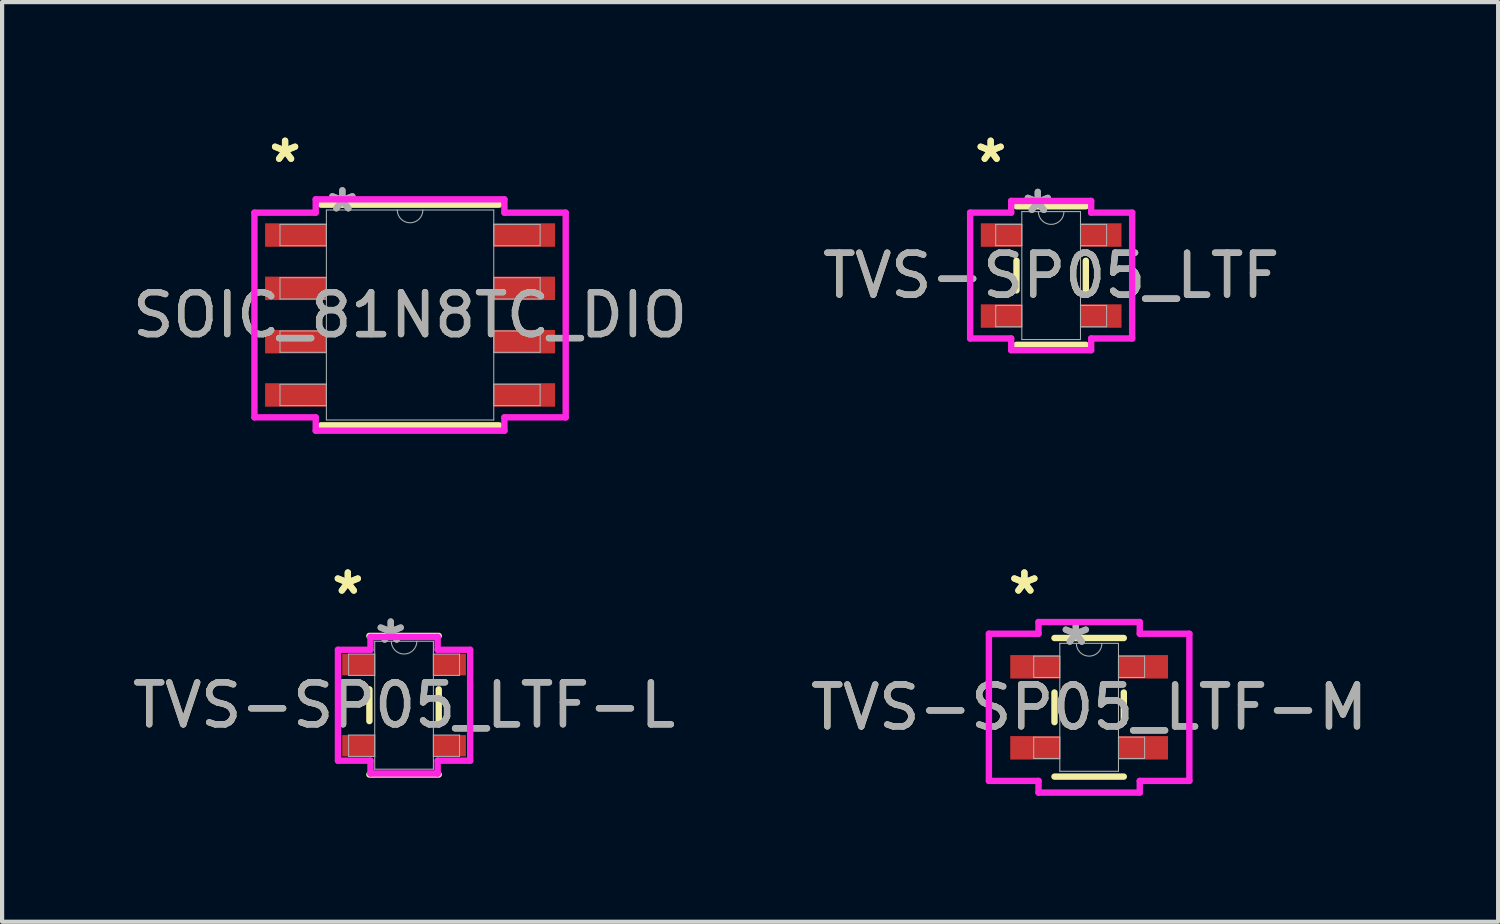
<source format=kicad_pcb>
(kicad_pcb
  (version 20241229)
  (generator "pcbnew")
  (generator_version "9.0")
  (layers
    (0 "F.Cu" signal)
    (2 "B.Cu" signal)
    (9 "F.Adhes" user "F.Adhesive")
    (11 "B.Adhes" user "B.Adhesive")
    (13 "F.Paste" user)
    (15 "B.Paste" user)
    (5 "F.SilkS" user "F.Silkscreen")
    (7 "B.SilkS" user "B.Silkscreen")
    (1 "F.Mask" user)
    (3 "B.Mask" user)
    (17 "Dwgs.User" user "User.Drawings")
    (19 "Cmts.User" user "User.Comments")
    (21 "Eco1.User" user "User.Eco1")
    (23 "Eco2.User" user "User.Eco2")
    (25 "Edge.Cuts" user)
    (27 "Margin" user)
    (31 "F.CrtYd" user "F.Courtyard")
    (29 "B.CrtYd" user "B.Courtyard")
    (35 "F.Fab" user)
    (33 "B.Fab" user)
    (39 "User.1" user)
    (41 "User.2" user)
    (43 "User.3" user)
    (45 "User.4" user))
  (footprint "TVS-SP05_LTF"
    (layer "F.Cu")
    (at 21.994 3.515)
    (property "Reference" "TVS-SP05_LTF" (at 0 0 0) (unlocked yes) (layer "F.SilkS") (effects (font (size 1 1) (thickness 0.15))))
    (attr smd)
    (fp_line (start -0.826 -0.353) (end -0.826 0.353) (stroke (width 0.152) (type solid)) (layer "F.SilkS"))
    (fp_line (start -0.826 1.651) (end 0.826 1.651) (stroke (width 0.152) (type solid)) (layer "F.SilkS"))
    (fp_line (start 0.826 -1.651) (end -0.826 -1.651) (stroke (width 0.152) (type solid)) (layer "F.SilkS"))
    (fp_line (start 0.826 0.353) (end 0.826 -0.353) (stroke (width 0.152) (type solid)) (layer "F.SilkS"))
    (fp_line (start -1.93 -1.499) (end -0.953 -1.499) (stroke (width 0.152) (type solid)) (layer "F.CrtYd"))
    (fp_line (start -1.93 1.499) (end -1.93 -1.499) (stroke (width 0.152) (type solid)) (layer "F.CrtYd"))
    (fp_line (start -1.93 1.499) (end -0.953 1.499) (stroke (width 0.152) (type solid)) (layer "F.CrtYd"))
    (fp_line (start -0.953 -1.778) (end 0.953 -1.778) (stroke (width 0.152) (type solid)) (layer "F.CrtYd"))
    (fp_line (start -0.953 -1.499) (end -0.953 -1.778) (stroke (width 0.152) (type solid)) (layer "F.CrtYd"))
    (fp_line (start -0.953 1.778) (end -0.953 1.499) (stroke (width 0.152) (type solid)) (layer "F.CrtYd"))
    (fp_line (start 0.953 -1.778) (end 0.953 -1.499) (stroke (width 0.152) (type solid)) (layer "F.CrtYd"))
    (fp_line (start 0.953 1.499) (end 0.953 1.778) (stroke (width 0.152) (type solid)) (layer "F.CrtYd"))
    (fp_line (start 0.953 1.778) (end -0.953 1.778) (stroke (width 0.152) (type solid)) (layer "F.CrtYd"))
    (fp_line (start 1.93 -1.499) (end 0.953 -1.499) (stroke (width 0.152) (type solid)) (layer "F.CrtYd"))
    (fp_line (start 1.93 -1.499) (end 1.93 1.499) (stroke (width 0.152) (type solid)) (layer "F.CrtYd"))
    (fp_line (start 1.93 1.499) (end 0.953 1.499) (stroke (width 0.152) (type solid)) (layer "F.CrtYd"))
    (fp_line (start -1.321 -1.219) (end -1.321 -0.711) (stroke (width 0.025) (type solid)) (layer "F.Fab"))
    (fp_line (start -1.321 -0.711) (end -0.699 -0.711) (stroke (width 0.025) (type solid)) (layer "F.Fab"))
    (fp_line (start -1.321 0.711) (end -1.321 1.219) (stroke (width 0.025) (type solid)) (layer "F.Fab"))
    (fp_line (start -1.321 1.219) (end -0.699 1.219) (stroke (width 0.025) (type solid)) (layer "F.Fab"))
    (fp_line (start -0.699 -1.524) (end -0.699 1.524) (stroke (width 0.025) (type solid)) (layer "F.Fab"))
    (fp_line (start -0.699 -1.219) (end -1.321 -1.219) (stroke (width 0.025) (type solid)) (layer "F.Fab"))
    (fp_line (start -0.699 -0.711) (end -0.699 -1.219) (stroke (width 0.025) (type solid)) (layer "F.Fab"))
    (fp_line (start -0.699 0.711) (end -1.321 0.711) (stroke (width 0.025) (type solid)) (layer "F.Fab"))
    (fp_line (start -0.699 1.219) (end -0.699 0.711) (stroke (width 0.025) (type solid)) (layer "F.Fab"))
    (fp_line (start -0.699 1.524) (end 0.699 1.524) (stroke (width 0.025) (type solid)) (layer "F.Fab"))
    (fp_line (start 0.699 -1.524) (end -0.699 -1.524) (stroke (width 0.025) (type solid)) (layer "F.Fab"))
    (fp_line (start 0.699 -1.219) (end 0.699 -0.711) (stroke (width 0.025) (type solid)) (layer "F.Fab"))
    (fp_line (start 0.699 -0.711) (end 1.321 -0.711) (stroke (width 0.025) (type solid)) (layer "F.Fab"))
    (fp_line (start 0.699 0.711) (end 0.699 1.219) (stroke (width 0.025) (type solid)) (layer "F.Fab"))
    (fp_line (start 0.699 1.219) (end 1.321 1.219) (stroke (width 0.025) (type solid)) (layer "F.Fab"))
    (fp_line (start 0.699 1.524) (end 0.699 -1.524) (stroke (width 0.025) (type solid)) (layer "F.Fab"))
    (fp_line (start 1.321 -1.219) (end 0.699 -1.219) (stroke (width 0.025) (type solid)) (layer "F.Fab"))
    (fp_line (start 1.321 -0.711) (end 1.321 -1.219) (stroke (width 0.025) (type solid)) (layer "F.Fab"))
    (fp_line (start 1.321 0.711) (end 0.699 0.711) (stroke (width 0.025) (type solid)) (layer "F.Fab"))
    (fp_line (start 1.321 1.219) (end 1.321 0.711) (stroke (width 0.025) (type solid)) (layer "F.Fab"))
    (fp_arc (start 0.3048 -1.524) (mid 0 -1.2192) (end -0.3048 -1.524) (stroke (width 0.0254) (type solid)) (layer "F.Fab"))
    (fp_text user "*" (at -1.441 -2.667 0) (unlocked yes) (layer "F.SilkS") (effects (font (size 1 1) (thickness 0.15))))
    (fp_text user "*" (at -1.441 -2.667 0) (layer "F.SilkS") (effects (font (size 1 1) (thickness 0.15))))
    (fp_text user "*" (at -0.318 -1.448 0) (layer "F.Fab") (effects (font (size 1 1) (thickness 0.15))))
    (fp_text user "*" (at -0.318 -1.448 0) (unlocked yes) (layer "F.Fab") (effects (font (size 1 1) (thickness 0.15))))
    (fp_text user "${REFERENCE}" (at 0 0 0) (unlocked yes) (layer "F.Fab") (effects (font (size 1 1) (thickness 0.15))))
    (pad "1" smd rect (at -1.187 -0.965) (size 0.978 0.559) (layers "F.Cu" "F.Mask" "F.Paste"))
    (pad "2" smd rect (at -1.187 0.965) (size 0.978 0.559) (layers "F.Cu" "F.Mask" "F.Paste"))
    (pad "3" smd rect (at 1.187 0.965) (size 0.978 0.559) (layers "F.Cu" "F.Mask" "F.Paste"))
    (pad "4" smd rect (at 1.187 -0.965) (size 0.978 0.559) (layers "F.Cu" "F.Mask" "F.Paste")))
  (footprint "TVS-SP05_LTF-L"
    (layer "F.Cu")
    (at 6.577 13.752)
    (property "Reference" "TVS-SP05_LTF-L" (at 0 0 0) (unlocked yes) (layer "F.SilkS") (effects (font (size 1 1) (thickness 0.15))))
    (attr smd)
    (fp_line (start -0.826 -0.378) (end -0.826 0.378) (stroke (width 0.152) (type solid)) (layer "F.SilkS"))
    (fp_line (start -0.826 1.651) (end 0.826 1.651) (stroke (width 0.152) (type solid)) (layer "F.SilkS"))
    (fp_line (start 0.826 -1.651) (end -0.826 -1.651) (stroke (width 0.152) (type solid)) (layer "F.SilkS"))
    (fp_line (start 0.826 0.378) (end 0.826 -0.378) (stroke (width 0.152) (type solid)) (layer "F.SilkS"))
    (fp_line (start -1.575 -1.321) (end -0.8 -1.321) (stroke (width 0.152) (type solid)) (layer "F.CrtYd"))
    (fp_line (start -1.575 1.321) (end -1.575 -1.321) (stroke (width 0.152) (type solid)) (layer "F.CrtYd"))
    (fp_line (start -1.575 1.321) (end -0.8 1.321) (stroke (width 0.152) (type solid)) (layer "F.CrtYd"))
    (fp_line (start -0.8 -1.626) (end 0.8 -1.626) (stroke (width 0.152) (type solid)) (layer "F.CrtYd"))
    (fp_line (start -0.8 -1.321) (end -0.8 -1.626) (stroke (width 0.152) (type solid)) (layer "F.CrtYd"))
    (fp_line (start -0.8 1.626) (end -0.8 1.321) (stroke (width 0.152) (type solid)) (layer "F.CrtYd"))
    (fp_line (start 0.8 -1.626) (end 0.8 -1.321) (stroke (width 0.152) (type solid)) (layer "F.CrtYd"))
    (fp_line (start 0.8 1.321) (end 0.8 1.626) (stroke (width 0.152) (type solid)) (layer "F.CrtYd"))
    (fp_line (start 0.8 1.626) (end -0.8 1.626) (stroke (width 0.152) (type solid)) (layer "F.CrtYd"))
    (fp_line (start 1.575 -1.321) (end 0.8 -1.321) (stroke (width 0.152) (type solid)) (layer "F.CrtYd"))
    (fp_line (start 1.575 -1.321) (end 1.575 1.321) (stroke (width 0.152) (type solid)) (layer "F.CrtYd"))
    (fp_line (start 1.575 1.321) (end 0.8 1.321) (stroke (width 0.152) (type solid)) (layer "F.CrtYd"))
    (fp_line (start -1.321 -1.219) (end -1.321 -0.711) (stroke (width 0.025) (type solid)) (layer "F.Fab"))
    (fp_line (start -1.321 -0.711) (end -0.699 -0.711) (stroke (width 0.025) (type solid)) (layer "F.Fab"))
    (fp_line (start -1.321 0.711) (end -1.321 1.219) (stroke (width 0.025) (type solid)) (layer "F.Fab"))
    (fp_line (start -1.321 1.219) (end -0.699 1.219) (stroke (width 0.025) (type solid)) (layer "F.Fab"))
    (fp_line (start -0.699 -1.524) (end -0.699 1.524) (stroke (width 0.025) (type solid)) (layer "F.Fab"))
    (fp_line (start -0.699 -1.219) (end -1.321 -1.219) (stroke (width 0.025) (type solid)) (layer "F.Fab"))
    (fp_line (start -0.699 -0.711) (end -0.699 -1.219) (stroke (width 0.025) (type solid)) (layer "F.Fab"))
    (fp_line (start -0.699 0.711) (end -1.321 0.711) (stroke (width 0.025) (type solid)) (layer "F.Fab"))
    (fp_line (start -0.699 1.219) (end -0.699 0.711) (stroke (width 0.025) (type solid)) (layer "F.Fab"))
    (fp_line (start -0.699 1.524) (end 0.699 1.524) (stroke (width 0.025) (type solid)) (layer "F.Fab"))
    (fp_line (start 0.699 -1.524) (end -0.699 -1.524) (stroke (width 0.025) (type solid)) (layer "F.Fab"))
    (fp_line (start 0.699 -1.219) (end 0.699 -0.711) (stroke (width 0.025) (type solid)) (layer "F.Fab"))
    (fp_line (start 0.699 -0.711) (end 1.321 -0.711) (stroke (width 0.025) (type solid)) (layer "F.Fab"))
    (fp_line (start 0.699 0.711) (end 0.699 1.219) (stroke (width 0.025) (type solid)) (layer "F.Fab"))
    (fp_line (start 0.699 1.219) (end 1.321 1.219) (stroke (width 0.025) (type solid)) (layer "F.Fab"))
    (fp_line (start 0.699 1.524) (end 0.699 -1.524) (stroke (width 0.025) (type solid)) (layer "F.Fab"))
    (fp_line (start 1.321 -1.219) (end 0.699 -1.219) (stroke (width 0.025) (type solid)) (layer "F.Fab"))
    (fp_line (start 1.321 -0.711) (end 1.321 -1.219) (stroke (width 0.025) (type solid)) (layer "F.Fab"))
    (fp_line (start 1.321 0.711) (end 0.699 0.711) (stroke (width 0.025) (type solid)) (layer "F.Fab"))
    (fp_line (start 1.321 1.219) (end 1.321 0.711) (stroke (width 0.025) (type solid)) (layer "F.Fab"))
    (fp_arc (start 0.3048 -1.524) (mid 0 -1.2192) (end -0.3048 -1.524) (stroke (width 0.0254) (type solid)) (layer "F.Fab"))
    (fp_text user "*" (at -1.34 -2.616 0) (layer "F.SilkS") (effects (font (size 1 1) (thickness 0.15))))
    (fp_text user "*" (at -1.34 -2.616 0) (unlocked yes) (layer "F.SilkS") (effects (font (size 1 1) (thickness 0.15))))
    (fp_text user "*" (at -0.318 -1.448 0) (layer "F.Fab") (effects (font (size 1 1) (thickness 0.15))))
    (fp_text user "*" (at -0.318 -1.448 0) (unlocked yes) (layer "F.Fab") (effects (font (size 1 1) (thickness 0.15))))
    (fp_text user "${REFERENCE}" (at 0 0 0) (unlocked yes) (layer "F.Fab") (effects (font (size 1 1) (thickness 0.15))))
    (pad "1" smd rect (at -1.086 -0.965) (size 0.775 0.508) (layers "F.Cu" "F.Mask" "F.Paste"))
    (pad "2" smd rect (at -1.086 0.965) (size 0.775 0.508) (layers "F.Cu" "F.Mask" "F.Paste"))
    (pad "3" smd rect (at 1.086 0.965) (size 0.775 0.508) (layers "F.Cu" "F.Mask" "F.Paste"))
    (pad "4" smd rect (at 1.086 -0.965) (size 0.775 0.508) (layers "F.Cu" "F.Mask" "F.Paste")))
  (footprint "SOIC_81N8TC_DIO"
    (layer "F.Cu")
    (at 6.72 4.455)
    (property "Reference" "SOIC_81N8TC_DIO" (at 0 0 0) (unlocked yes) (layer "F.SilkS") (effects (font (size 1 1) (thickness 0.15))))
    (attr smd)
    (fp_line (start -2.121 2.629) (end 2.121 2.629) (stroke (width 0.152) (type solid)) (layer "F.SilkS"))
    (fp_line (start 2.121 -2.629) (end -2.121 -2.629) (stroke (width 0.152) (type solid)) (layer "F.SilkS"))
    (fp_line (start -3.708 -2.438) (end -2.248 -2.438) (stroke (width 0.152) (type solid)) (layer "F.CrtYd"))
    (fp_line (start -3.708 2.438) (end -3.708 -2.438) (stroke (width 0.152) (type solid)) (layer "F.CrtYd"))
    (fp_line (start -3.708 2.438) (end -2.248 2.438) (stroke (width 0.152) (type solid)) (layer "F.CrtYd"))
    (fp_line (start -2.248 -2.756) (end 2.248 -2.756) (stroke (width 0.152) (type solid)) (layer "F.CrtYd"))
    (fp_line (start -2.248 -2.438) (end -2.248 -2.756) (stroke (width 0.152) (type solid)) (layer "F.CrtYd"))
    (fp_line (start -2.248 2.756) (end -2.248 2.438) (stroke (width 0.152) (type solid)) (layer "F.CrtYd"))
    (fp_line (start 2.248 -2.756) (end 2.248 -2.438) (stroke (width 0.152) (type solid)) (layer "F.CrtYd"))
    (fp_line (start 2.248 2.438) (end 2.248 2.756) (stroke (width 0.152) (type solid)) (layer "F.CrtYd"))
    (fp_line (start 2.248 2.756) (end -2.248 2.756) (stroke (width 0.152) (type solid)) (layer "F.CrtYd"))
    (fp_line (start 3.708 -2.438) (end 2.248 -2.438) (stroke (width 0.152) (type solid)) (layer "F.CrtYd"))
    (fp_line (start 3.708 -2.438) (end 3.708 2.438) (stroke (width 0.152) (type solid)) (layer "F.CrtYd"))
    (fp_line (start 3.708 2.438) (end 2.248 2.438) (stroke (width 0.152) (type solid)) (layer "F.CrtYd"))
    (fp_line (start -3.099 -2.159) (end -3.099 -1.651) (stroke (width 0.025) (type solid)) (layer "F.Fab"))
    (fp_line (start -3.099 -1.651) (end -1.994 -1.651) (stroke (width 0.025) (type solid)) (layer "F.Fab"))
    (fp_line (start -3.099 -0.889) (end -3.099 -0.381) (stroke (width 0.025) (type solid)) (layer "F.Fab"))
    (fp_line (start -3.099 -0.381) (end -1.994 -0.381) (stroke (width 0.025) (type solid)) (layer "F.Fab"))
    (fp_line (start -3.099 0.381) (end -3.099 0.889) (stroke (width 0.025) (type solid)) (layer "F.Fab"))
    (fp_line (start -3.099 0.889) (end -1.994 0.889) (stroke (width 0.025) (type solid)) (layer "F.Fab"))
    (fp_line (start -3.099 1.651) (end -3.099 2.159) (stroke (width 0.025) (type solid)) (layer "F.Fab"))
    (fp_line (start -3.099 2.159) (end -1.994 2.159) (stroke (width 0.025) (type solid)) (layer "F.Fab"))
    (fp_line (start -1.994 -2.502) (end -1.994 2.502) (stroke (width 0.025) (type solid)) (layer "F.Fab"))
    (fp_line (start -1.994 -2.159) (end -3.099 -2.159) (stroke (width 0.025) (type solid)) (layer "F.Fab"))
    (fp_line (start -1.994 -1.651) (end -1.994 -2.159) (stroke (width 0.025) (type solid)) (layer "F.Fab"))
    (fp_line (start -1.994 -0.889) (end -3.099 -0.889) (stroke (width 0.025) (type solid)) (layer "F.Fab"))
    (fp_line (start -1.994 -0.381) (end -1.994 -0.889) (stroke (width 0.025) (type solid)) (layer "F.Fab"))
    (fp_line (start -1.994 0.381) (end -3.099 0.381) (stroke (width 0.025) (type solid)) (layer "F.Fab"))
    (fp_line (start -1.994 0.889) (end -1.994 0.381) (stroke (width 0.025) (type solid)) (layer "F.Fab"))
    (fp_line (start -1.994 1.651) (end -3.099 1.651) (stroke (width 0.025) (type solid)) (layer "F.Fab"))
    (fp_line (start -1.994 2.159) (end -1.994 1.651) (stroke (width 0.025) (type solid)) (layer "F.Fab"))
    (fp_line (start -1.994 2.502) (end 1.994 2.502) (stroke (width 0.025) (type solid)) (layer "F.Fab"))
    (fp_line (start 1.994 -2.502) (end -1.994 -2.502) (stroke (width 0.025) (type solid)) (layer "F.Fab"))
    (fp_line (start 1.994 -2.159) (end 1.994 -1.651) (stroke (width 0.025) (type solid)) (layer "F.Fab"))
    (fp_line (start 1.994 -1.651) (end 3.099 -1.651) (stroke (width 0.025) (type solid)) (layer "F.Fab"))
    (fp_line (start 1.994 -0.889) (end 1.994 -0.381) (stroke (width 0.025) (type solid)) (layer "F.Fab"))
    (fp_line (start 1.994 -0.381) (end 3.099 -0.381) (stroke (width 0.025) (type solid)) (layer "F.Fab"))
    (fp_line (start 1.994 0.381) (end 1.994 0.889) (stroke (width 0.025) (type solid)) (layer "F.Fab"))
    (fp_line (start 1.994 0.889) (end 3.099 0.889) (stroke (width 0.025) (type solid)) (layer "F.Fab"))
    (fp_line (start 1.994 1.651) (end 1.994 2.159) (stroke (width 0.025) (type solid)) (layer "F.Fab"))
    (fp_line (start 1.994 2.159) (end 3.099 2.159) (stroke (width 0.025) (type solid)) (layer "F.Fab"))
    (fp_line (start 1.994 2.502) (end 1.994 -2.502) (stroke (width 0.025) (type solid)) (layer "F.Fab"))
    (fp_line (start 3.099 -2.159) (end 1.994 -2.159) (stroke (width 0.025) (type solid)) (layer "F.Fab"))
    (fp_line (start 3.099 -1.651) (end 3.099 -2.159) (stroke (width 0.025) (type solid)) (layer "F.Fab"))
    (fp_line (start 3.099 -0.889) (end 1.994 -0.889) (stroke (width 0.025) (type solid)) (layer "F.Fab"))
    (fp_line (start 3.099 -0.381) (end 3.099 -0.889) (stroke (width 0.025) (type solid)) (layer "F.Fab"))
    (fp_line (start 3.099 0.381) (end 1.994 0.381) (stroke (width 0.025) (type solid)) (layer "F.Fab"))
    (fp_line (start 3.099 0.889) (end 3.099 0.381) (stroke (width 0.025) (type solid)) (layer "F.Fab"))
    (fp_line (start 3.099 1.651) (end 1.994 1.651) (stroke (width 0.025) (type solid)) (layer "F.Fab"))
    (fp_line (start 3.099 2.159) (end 3.099 1.651) (stroke (width 0.025) (type solid)) (layer "F.Fab"))
    (fp_arc (start 0.3048 -2.5019) (mid 0 -2.1971) (end -0.3048 -2.5019) (stroke (width 0.0254) (type solid)) (layer "F.Fab"))
    (fp_text user "*" (at -2.978 -3.607 0) (layer "F.SilkS") (effects (font (size 1 1) (thickness 0.15))))
    (fp_text user "*" (at -2.978 -3.607 0) (unlocked yes) (layer "F.SilkS") (effects (font (size 1 1) (thickness 0.15))))
    (fp_text user "${REFERENCE}" (at 0 0 0) (unlocked yes) (layer "F.Fab") (effects (font (size 1 1) (thickness 0.15))))
    (fp_text user "*" (at -1.613 -2.426 0) (unlocked yes) (layer "F.Fab") (effects (font (size 1 1) (thickness 0.15))))
    (fp_text user "*" (at -1.613 -2.426 0) (layer "F.Fab") (effects (font (size 1 1) (thickness 0.15))))
    (pad "1" smd rect (at -2.724 -1.905) (size 1.46 0.559) (layers "F.Cu" "F.Mask" "F.Paste"))
    (pad "2" smd rect (at -2.724 -0.635) (size 1.46 0.559) (layers "F.Cu" "F.Mask" "F.Paste"))
    (pad "3" smd rect (at -2.724 0.635) (size 1.46 0.559) (layers "F.Cu" "F.Mask" "F.Paste"))
    (pad "4" smd rect (at -2.724 1.905) (size 1.46 0.559) (layers "F.Cu" "F.Mask" "F.Paste"))
    (pad "5" smd rect (at 2.724 1.905) (size 1.46 0.559) (layers "F.Cu" "F.Mask" "F.Paste"))
    (pad "6" smd rect (at 2.724 0.635) (size 1.46 0.559) (layers "F.Cu" "F.Mask" "F.Paste"))
    (pad "7" smd rect (at 2.724 -0.635) (size 1.46 0.559) (layers "F.Cu" "F.Mask" "F.Paste"))
    (pad "8" smd rect (at 2.724 -1.905) (size 1.46 0.559) (layers "F.Cu" "F.Mask" "F.Paste")))
  (footprint "TVS-SP05_LTF-M"
    (layer "F.Cu")
    (at 22.899 13.802)
    (property "Reference" "TVS-SP05_LTF-M" (at 0 0 0) (unlocked yes) (layer "F.SilkS") (effects (font (size 1 1) (thickness 0.15))))
    (attr smd)
    (fp_line (start -0.826 -0.353) (end -0.826 0.353) (stroke (width 0.152) (type solid)) (layer "F.SilkS"))
    (fp_line (start -0.826 1.651) (end 0.826 1.651) (stroke (width 0.152) (type solid)) (layer "F.SilkS"))
    (fp_line (start 0.826 -1.651) (end -0.826 -1.651) (stroke (width 0.152) (type solid)) (layer "F.SilkS"))
    (fp_line (start 0.826 0.353) (end 0.826 -0.353) (stroke (width 0.152) (type solid)) (layer "F.SilkS"))
    (fp_line (start -2.388 -1.753) (end -1.206 -1.753) (stroke (width 0.152) (type solid)) (layer "F.CrtYd"))
    (fp_line (start -2.388 1.753) (end -2.388 -1.753) (stroke (width 0.152) (type solid)) (layer "F.CrtYd"))
    (fp_line (start -2.388 1.753) (end -1.206 1.753) (stroke (width 0.152) (type solid)) (layer "F.CrtYd"))
    (fp_line (start -1.206 -2.032) (end 1.206 -2.032) (stroke (width 0.152) (type solid)) (layer "F.CrtYd"))
    (fp_line (start -1.206 -1.753) (end -1.206 -2.032) (stroke (width 0.152) (type solid)) (layer "F.CrtYd"))
    (fp_line (start -1.206 2.032) (end -1.206 1.753) (stroke (width 0.152) (type solid)) (layer "F.CrtYd"))
    (fp_line (start 1.206 -2.032) (end 1.206 -1.753) (stroke (width 0.152) (type solid)) (layer "F.CrtYd"))
    (fp_line (start 1.206 1.753) (end 1.206 2.032) (stroke (width 0.152) (type solid)) (layer "F.CrtYd"))
    (fp_line (start 1.206 2.032) (end -1.206 2.032) (stroke (width 0.152) (type solid)) (layer "F.CrtYd"))
    (fp_line (start 2.388 -1.753) (end 1.206 -1.753) (stroke (width 0.152) (type solid)) (layer "F.CrtYd"))
    (fp_line (start 2.388 -1.753) (end 2.388 1.753) (stroke (width 0.152) (type solid)) (layer "F.CrtYd"))
    (fp_line (start 2.388 1.753) (end 1.206 1.753) (stroke (width 0.152) (type solid)) (layer "F.CrtYd"))
    (fp_line (start -1.321 -1.219) (end -1.321 -0.711) (stroke (width 0.025) (type solid)) (layer "F.Fab"))
    (fp_line (start -1.321 -0.711) (end -0.699 -0.711) (stroke (width 0.025) (type solid)) (layer "F.Fab"))
    (fp_line (start -1.321 0.711) (end -1.321 1.219) (stroke (width 0.025) (type solid)) (layer "F.Fab"))
    (fp_line (start -1.321 1.219) (end -0.699 1.219) (stroke (width 0.025) (type solid)) (layer "F.Fab"))
    (fp_line (start -0.699 -1.524) (end -0.699 1.524) (stroke (width 0.025) (type solid)) (layer "F.Fab"))
    (fp_line (start -0.699 -1.219) (end -1.321 -1.219) (stroke (width 0.025) (type solid)) (layer "F.Fab"))
    (fp_line (start -0.699 -0.711) (end -0.699 -1.219) (stroke (width 0.025) (type solid)) (layer "F.Fab"))
    (fp_line (start -0.699 0.711) (end -1.321 0.711) (stroke (width 0.025) (type solid)) (layer "F.Fab"))
    (fp_line (start -0.699 1.219) (end -0.699 0.711) (stroke (width 0.025) (type solid)) (layer "F.Fab"))
    (fp_line (start -0.699 1.524) (end 0.699 1.524) (stroke (width 0.025) (type solid)) (layer "F.Fab"))
    (fp_line (start 0.699 -1.524) (end -0.699 -1.524) (stroke (width 0.025) (type solid)) (layer "F.Fab"))
    (fp_line (start 0.699 -1.219) (end 0.699 -0.711) (stroke (width 0.025) (type solid)) (layer "F.Fab"))
    (fp_line (start 0.699 -0.711) (end 1.321 -0.711) (stroke (width 0.025) (type solid)) (layer "F.Fab"))
    (fp_line (start 0.699 0.711) (end 0.699 1.219) (stroke (width 0.025) (type solid)) (layer "F.Fab"))
    (fp_line (start 0.699 1.219) (end 1.321 1.219) (stroke (width 0.025) (type solid)) (layer "F.Fab"))
    (fp_line (start 0.699 1.524) (end 0.699 -1.524) (stroke (width 0.025) (type solid)) (layer "F.Fab"))
    (fp_line (start 1.321 -1.219) (end 0.699 -1.219) (stroke (width 0.025) (type solid)) (layer "F.Fab"))
    (fp_line (start 1.321 -0.711) (end 1.321 -1.219) (stroke (width 0.025) (type solid)) (layer "F.Fab"))
    (fp_line (start 1.321 0.711) (end 0.699 0.711) (stroke (width 0.025) (type solid)) (layer "F.Fab"))
    (fp_line (start 1.321 1.219) (end 1.321 0.711) (stroke (width 0.025) (type solid)) (layer "F.Fab"))
    (fp_arc (start 0.3048 -1.524) (mid 0 -1.2192) (end -0.3048 -1.524) (stroke (width 0.0254) (type solid)) (layer "F.Fab"))
    (fp_text user "*" (at -1.543 -2.667 0) (unlocked yes) (layer "F.SilkS") (effects (font (size 1 1) (thickness 0.15))))
    (fp_text user "*" (at -1.543 -2.667 0) (layer "F.SilkS") (effects (font (size 1 1) (thickness 0.15))))
    (fp_text user "*" (at -0.318 -1.448 0) (unlocked yes) (layer "F.Fab") (effects (font (size 1 1) (thickness 0.15))))
    (fp_text user "${REFERENCE}" (at 0 0 0) (unlocked yes) (layer "F.Fab") (effects (font (size 1 1) (thickness 0.15))))
    (fp_text user "*" (at -0.318 -1.448 0) (layer "F.Fab") (effects (font (size 1 1) (thickness 0.15))))
    (pad "1" smd rect (at -1.289 -0.965) (size 1.181 0.559) (layers "F.Cu" "F.Mask" "F.Paste"))
    (pad "2" smd rect (at -1.289 0.965) (size 1.181 0.559) (layers "F.Cu" "F.Mask" "F.Paste"))
    (pad "3" smd rect (at 1.289 0.965) (size 1.181 0.559) (layers "F.Cu" "F.Mask" "F.Paste"))
    (pad "4" smd rect (at 1.289 -0.965) (size 1.181 0.559) (layers "F.Cu" "F.Mask" "F.Paste")))
  (gr_rect
    (start -3 -3)
    (end 32.643 18.911)
    (stroke (width 0.1) (type default))
    (fill no)
    (layer "Edge.Cuts")))
</source>
